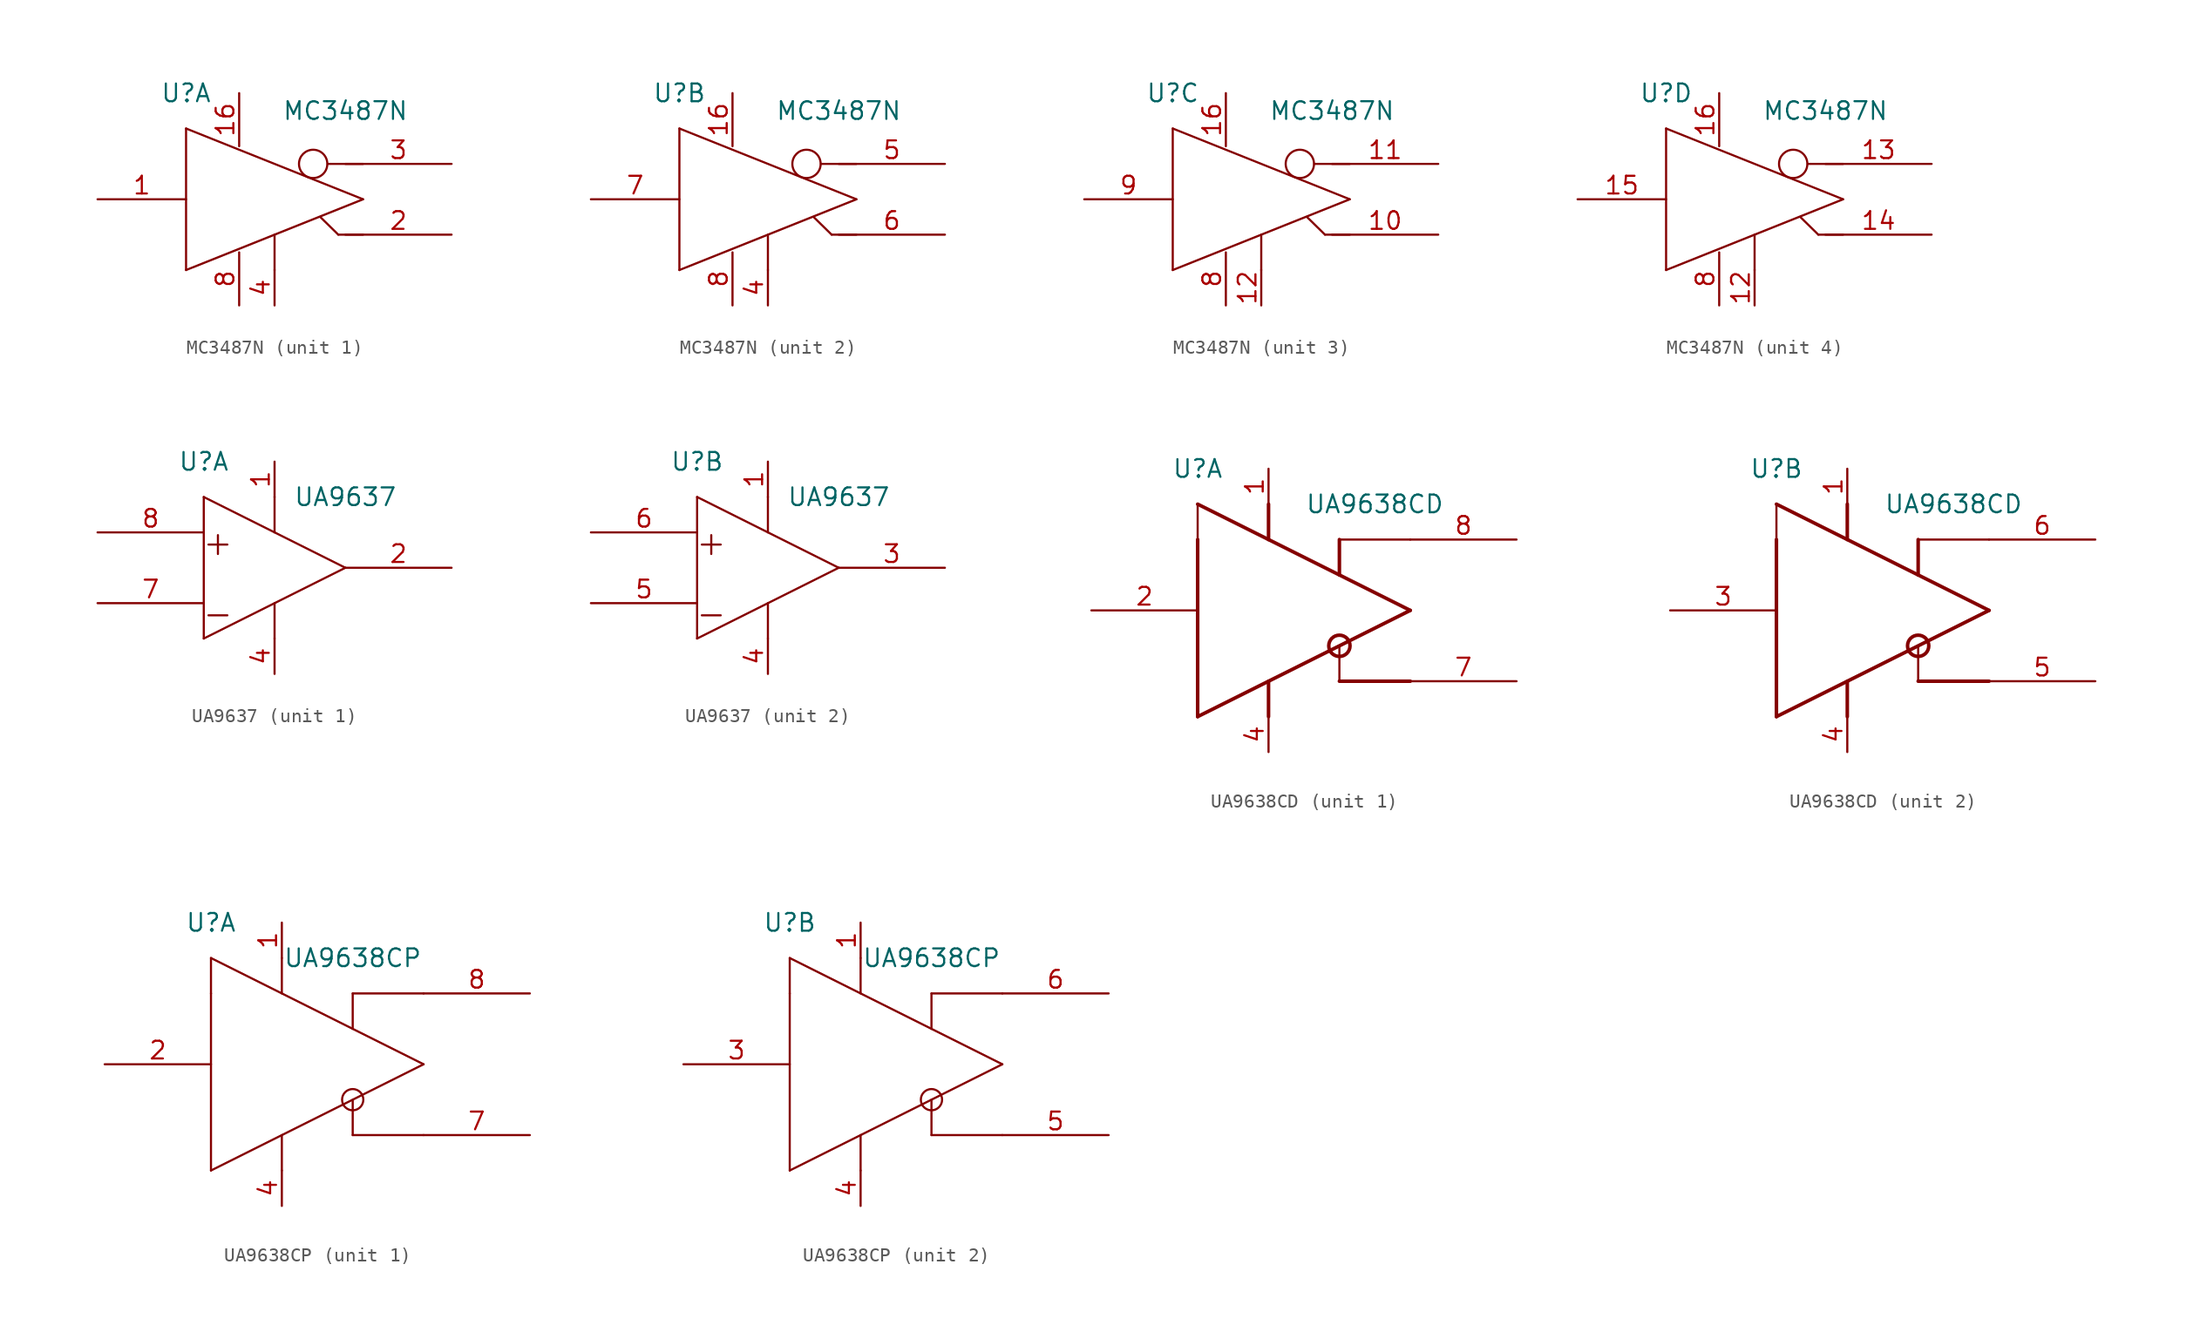
<source format=kicad_sym>
(kicad_symbol_lib
  (version 20201005)
  (generator kicad_symbol_editor)
  (symbol "Interface_LineDriver:MC3487N"
    (pin_names
      (offset 1.016) hide)
    (property "Reference" "U"
      (at -6.35 7.62 0)
      (effects (font (size 1.27 1.27))))
    (property "Value" "MC3487N"
      (at 5.08 6.35 0)
      (effects (font (size 1.27 1.27))))
    (symbol "MC3487N_0_1"
      (circle (center 2.769 2.54) (radius 1.016) (stroke (width 0)) (fill (type none)))
      (polyline (pts (xy -6.35 -5.08) (xy 6.35 0)) (stroke (width 0)) (fill (type none)))
      (polyline (pts (xy -6.35 5.08) (xy -6.35 -5.08)) (stroke (width 0)) (fill (type none)))
      (polyline (pts (xy 0 -5.08) (xy 0 -2.54)) (stroke (width 0)) (fill (type none)))
      (polyline (pts (xy 3.81 2.54) (xy 6.35 2.54)) (stroke (width 0)) (fill (type none)))
      (polyline (pts (xy 4.572 -2.54) (xy 3.277 -1.27)) (stroke (width 0)) (fill (type none)))
      (polyline (pts (xy 6.35 -2.54) (xy 4.572 -2.54)) (stroke (width 0)) (fill (type none)))
      (polyline (pts (xy 6.35 0) (xy -6.35 5.08)) (stroke (width 0)) (fill (type none))))
    (symbol "MC3487N_1_1"
      (pin input line (at -12.7 0 0) (length 6.35) (name "INPUT" (effects (font (size 1.27 1.27)))) (number "1" (effects (font (size 1.27 1.27)))))
      (pin tri_state line (at 12.7 -2.54 180) (length 7.62) (name "OUT+" (effects (font (size 1.27 1.27)))) (number "2" (effects (font (size 1.27 1.27)))))
      (pin tri_state line (at 12.7 2.54 180) (length 7.62) (name "OUT-" (effects (font (size 1.27 1.27)))) (number "3" (effects (font (size 1.27 1.27)))))
      (pin input line (at 0 -7.62 90) (length 2.54) (name "ENABLE" (effects (font (size 1.27 1.27)))) (number "4" (effects (font (size 1.27 1.27)))))
      (pin power_in line (at -2.54 -7.62 90) (length 3.81) (name "GND" (effects (font (size 1.27 1.27)))) (number "8" (effects (font (size 1.27 1.27)))))
      (pin power_in line (at -2.54 7.62 270) (length 3.81) (name "VCC" (effects (font (size 1.27 1.27)))) (number "16" (effects (font (size 1.27 1.27))))))
    (symbol "MC3487N_2_1"
      (pin input line (at 0 -7.62 90) (length 2.54) (name "ENABLE" (effects (font (size 1.27 1.27)))) (number "4" (effects (font (size 1.27 1.27)))))
      (pin tri_state line (at 12.7 2.54 180) (length 7.62) (name "OUT-" (effects (font (size 1.27 1.27)))) (number "5" (effects (font (size 1.27 1.27)))))
      (pin tri_state line (at 12.7 -2.54 180) (length 7.62) (name "OUT+" (effects (font (size 1.27 1.27)))) (number "6" (effects (font (size 1.27 1.27)))))
      (pin input line (at -12.7 0 0) (length 6.35) (name "INPUT" (effects (font (size 1.27 1.27)))) (number "7" (effects (font (size 1.27 1.27)))))
      (pin power_in line (at -2.54 -7.62 90) (length 3.81) (name "GND" (effects (font (size 1.27 1.27)))) (number "8" (effects (font (size 1.27 1.27)))))
      (pin power_in line (at -2.54 7.62 270) (length 3.81) (name "VCC" (effects (font (size 1.27 1.27)))) (number "16" (effects (font (size 1.27 1.27))))))
    (symbol "MC3487N_3_1"
      (pin power_in line (at -2.54 -7.62 90) (length 3.81) (name "GND" (effects (font (size 1.27 1.27)))) (number "8" (effects (font (size 1.27 1.27)))))
      (pin input line (at -12.7 0 0) (length 6.35) (name "INPUT" (effects (font (size 1.27 1.27)))) (number "9" (effects (font (size 1.27 1.27)))))
      (pin tri_state line (at 12.7 -2.54 180) (length 7.62) (name "OUT+" (effects (font (size 1.27 1.27)))) (number "10" (effects (font (size 1.27 1.27)))))
      (pin tri_state line (at 12.7 2.54 180) (length 7.62) (name "OUT-" (effects (font (size 1.27 1.27)))) (number "11" (effects (font (size 1.27 1.27)))))
      (pin input line (at 0 -7.62 90) (length 2.54) (name "ENABLE" (effects (font (size 1.27 1.27)))) (number "12" (effects (font (size 1.27 1.27)))))
      (pin power_in line (at -2.54 7.62 270) (length 3.81) (name "VCC" (effects (font (size 1.27 1.27)))) (number "16" (effects (font (size 1.27 1.27))))))
    (symbol "MC3487N_4_1"
      (pin power_in line (at -2.54 -7.62 90) (length 3.81) (name "GND" (effects (font (size 1.27 1.27)))) (number "8" (effects (font (size 1.27 1.27)))))
      (pin input line (at 0 -7.62 90) (length 2.54) (name "ENABLE" (effects (font (size 1.27 1.27)))) (number "12" (effects (font (size 1.27 1.27)))))
      (pin tri_state line (at 12.7 2.54 180) (length 7.62) (name "OUT-" (effects (font (size 1.27 1.27)))) (number "13" (effects (font (size 1.27 1.27)))))
      (pin tri_state line (at 12.7 -2.54 180) (length 7.62) (name "OUT+" (effects (font (size 1.27 1.27)))) (number "14" (effects (font (size 1.27 1.27)))))
      (pin input line (at -12.7 0 0) (length 6.35) (name "INPUT" (effects (font (size 1.27 1.27)))) (number "15" (effects (font (size 1.27 1.27)))))
      (pin power_in line (at -2.54 7.62 270) (length 3.81) (name "VCC" (effects (font (size 1.27 1.27)))) (number "16" (effects (font (size 1.27 1.27)))))))
  (symbol "Interface_LineDriver:UA9637"
    (pin_names
      (offset 1.016) hide)
    (property "Reference" "U"
      (at -5.08 7.62 0)
      (effects (font (size 1.27 1.27))))
    (property "Value" "UA9637"
      (at 5.08 5.08 0)
      (effects (font (size 1.27 1.27))))
    (symbol "UA9637_0_1"
      (text "+" (at -4.064 1.803 0) (effects (font (size 1.778 1.778))))
      (text "-" (at -4.064 -3.277 0) (effects (font (size 1.778 1.778))))
      (polyline (pts (xy -5.08 5.08) (xy -5.08 -5.08)) (stroke (width 0)) (fill (type none)))
      (polyline (pts (xy -5.08 5.08) (xy 5.08 0)) (stroke (width 0)) (fill (type none)))
      (polyline (pts (xy 0 -2.54) (xy 0 -5.08)) (stroke (width 0)) (fill (type none)))
      (polyline (pts (xy 0 5.08) (xy 0 2.54)) (stroke (width 0)) (fill (type none)))
      (polyline (pts (xy 5.08 0) (xy -5.08 -5.08)) (stroke (width 0)) (fill (type none))))
    (symbol "UA9637_1_1"
      (pin power_in line (at 0 7.62 270) (length 2.54) (name "VCC" (effects (font (size 1.27 1.27)))) (number "1" (effects (font (size 1.27 1.27)))))
      (pin output line (at 12.7 0 180) (length 7.62) (name "OUT" (effects (font (size 1.27 1.27)))) (number "2" (effects (font (size 1.27 1.27)))))
      (pin power_in line (at 0 -7.62 90) (length 2.54) (name "GND" (effects (font (size 1.27 1.27)))) (number "4" (effects (font (size 1.27 1.27)))))
      (pin input line (at -12.7 -2.54 0) (length 7.62) (name "IN-" (effects (font (size 1.27 1.27)))) (number "7" (effects (font (size 1.27 1.27)))))
      (pin input line (at -12.7 2.54 0) (length 7.62) (name "IN+" (effects (font (size 1.27 1.27)))) (number "8" (effects (font (size 1.27 1.27))))))
    (symbol "UA9637_2_1"
      (pin power_in line (at 0 7.62 270) (length 2.54) (name "VCC" (effects (font (size 1.27 1.27)))) (number "1" (effects (font (size 1.27 1.27)))))
      (pin output line (at 12.7 0 180) (length 7.62) (name "OUT" (effects (font (size 1.27 1.27)))) (number "3" (effects (font (size 1.27 1.27)))))
      (pin power_in line (at 0 -7.62 90) (length 2.54) (name "GND" (effects (font (size 1.27 1.27)))) (number "4" (effects (font (size 1.27 1.27)))))
      (pin input line (at -12.7 -2.54 0) (length 7.62) (name "IN-" (effects (font (size 1.27 1.27)))) (number "5" (effects (font (size 1.27 1.27)))))
      (pin input line (at -12.7 2.54 0) (length 7.62) (name "IN+" (effects (font (size 1.27 1.27)))) (number "6" (effects (font (size 1.27 1.27)))))))
  (symbol "Interface_LineDriver:UA9638CD"
    (pin_names
      (offset 1.016) hide)
    (property "Reference" "U"
      (at -7.62 10.16 0)
      (effects (font (size 1.27 1.27))))
    (property "Value" "UA9638CD"
      (at 5.08 7.62 0)
      (effects (font (size 1.27 1.27))))
    (symbol "UA9638CD_0_1"
      (circle (center 2.54 -2.54) (radius 0.762) (stroke (width 0.254)) (fill (type none)))
      (polyline (pts (xy -7.62 5.08) (xy -7.62 -7.62)) (stroke (width 0.254)) (fill (type background)))
      (polyline (pts (xy -7.62 5.08) (xy -7.62 7.62)) (stroke (width 0)) (fill (type none)))
      (polyline (pts (xy -7.62 7.62) (xy 7.62 0)) (stroke (width 0.254)) (fill (type none)))
      (polyline (pts (xy -2.54 -5.08) (xy -2.54 -7.62)) (stroke (width 0.254)) (fill (type none)))
      (polyline (pts (xy -2.54 5.08) (xy -2.54 7.62)) (stroke (width 0.254)) (fill (type none)))
      (polyline (pts (xy 2.54 -5.08) (xy 7.62 -5.08)) (stroke (width 0.254)) (fill (type none)))
      (polyline (pts (xy 2.54 -2.54) (xy 2.54 -5.08)) (stroke (width 0)) (fill (type none)))
      (polyline (pts (xy 2.54 5.08) (xy 2.54 2.54)) (stroke (width 0.254)) (fill (type none)))
      (polyline (pts (xy 7.62 0) (xy -7.62 -7.62)) (stroke (width 0.254)) (fill (type none)))
      (polyline (pts (xy 7.62 5.08) (xy 2.54 5.08)) (stroke (width 0)) (fill (type none))))
    (symbol "UA9638CD_1_1"
      (pin power_in line (at -2.54 10.16 270) (length 2.54) (name "VCC" (effects (font (size 1.27 1.27)))) (number "1" (effects (font (size 1.27 1.27)))))
      (pin input line (at -15.24 0 0) (length 7.62) (name "IN" (effects (font (size 1.27 1.27)))) (number "2" (effects (font (size 1.27 1.27)))))
      (pin power_in line (at -2.54 -10.16 90) (length 2.54) (name "GND" (effects (font (size 1.27 1.27)))) (number "4" (effects (font (size 1.27 1.27)))))
      (pin output line (at 15.24 -5.08 180) (length 7.62) (name "OUTA" (effects (font (size 1.27 1.27)))) (number "7" (effects (font (size 1.27 1.27)))))
      (pin output line (at 15.24 5.08 180) (length 7.62) (name "OUTB" (effects (font (size 1.27 1.27)))) (number "8" (effects (font (size 1.27 1.27))))))
    (symbol "UA9638CD_2_1"
      (pin power_in line (at -2.54 10.16 270) (length 2.54) (name "VCC" (effects (font (size 1.27 1.27)))) (number "1" (effects (font (size 1.27 1.27)))))
      (pin input line (at -15.24 0 0) (length 7.62) (name "IN" (effects (font (size 1.27 1.27)))) (number "3" (effects (font (size 1.27 1.27)))))
      (pin power_in line (at -2.54 -10.16 90) (length 2.54) (name "GND" (effects (font (size 1.27 1.27)))) (number "4" (effects (font (size 1.27 1.27)))))
      (pin output line (at 15.24 -5.08 180) (length 7.62) (name "OUTA" (effects (font (size 1.27 1.27)))) (number "5" (effects (font (size 1.27 1.27)))))
      (pin output line (at 15.24 5.08 180) (length 7.62) (name "OUTB" (effects (font (size 1.27 1.27)))) (number "6" (effects (font (size 1.27 1.27)))))))
  (symbol "Interface_LineDriver:UA9638CP"
    (pin_names
      (offset 1.016) hide)
    (property "Reference" "U"
      (at -7.62 10.16 0)
      (effects (font (size 1.27 1.27))))
    (property "Value" "UA9638CP"
      (at 2.54 7.62 0)
      (effects (font (size 1.27 1.27))))
    (symbol "UA9638CP_0_1"
      (circle (center 2.54 -2.54) (radius 0.762) (stroke (width 0)) (fill (type none)))
      (polyline (pts (xy -7.62 5.08) (xy -7.62 -7.62)) (stroke (width 0)) (fill (type none)))
      (polyline (pts (xy -7.62 5.08) (xy -7.62 7.62)) (stroke (width 0)) (fill (type none)))
      (polyline (pts (xy -7.62 7.62) (xy 7.62 0)) (stroke (width 0)) (fill (type none)))
      (polyline (pts (xy -2.54 -5.08) (xy -2.54 -7.62)) (stroke (width 0)) (fill (type none)))
      (polyline (pts (xy -2.54 5.08) (xy -2.54 7.62)) (stroke (width 0)) (fill (type none)))
      (polyline (pts (xy 2.54 -5.08) (xy 7.62 -5.08)) (stroke (width 0)) (fill (type none)))
      (polyline (pts (xy 2.54 -2.54) (xy 2.54 -5.08)) (stroke (width 0)) (fill (type none)))
      (polyline (pts (xy 2.54 5.08) (xy 2.54 2.54)) (stroke (width 0)) (fill (type none)))
      (polyline (pts (xy 7.62 0) (xy -7.62 -7.62)) (stroke (width 0)) (fill (type none)))
      (polyline (pts (xy 7.62 5.08) (xy 2.54 5.08)) (stroke (width 0)) (fill (type none))))
    (symbol "UA9638CP_1_1"
      (pin power_in line (at -2.54 10.16 270) (length 2.54) (name "VCC" (effects (font (size 1.27 1.27)))) (number "1" (effects (font (size 1.27 1.27)))))
      (pin input line (at -15.24 0 0) (length 7.62) (name "IN" (effects (font (size 1.27 1.27)))) (number "2" (effects (font (size 1.27 1.27)))))
      (pin power_in line (at -2.54 -10.16 90) (length 2.54) (name "GND" (effects (font (size 1.27 1.27)))) (number "4" (effects (font (size 1.27 1.27)))))
      (pin output line (at 15.24 -5.08 180) (length 7.62) (name "OUTA" (effects (font (size 1.27 1.27)))) (number "7" (effects (font (size 1.27 1.27)))))
      (pin output line (at 15.24 5.08 180) (length 7.62) (name "OUTB" (effects (font (size 1.27 1.27)))) (number "8" (effects (font (size 1.27 1.27))))))
    (symbol "UA9638CP_2_1"
      (pin power_in line (at -2.54 10.16 270) (length 2.54) (name "VCC" (effects (font (size 1.27 1.27)))) (number "1" (effects (font (size 1.27 1.27)))))
      (pin input line (at -15.24 0 0) (length 7.62) (name "IN" (effects (font (size 1.27 1.27)))) (number "3" (effects (font (size 1.27 1.27)))))
      (pin power_in line (at -2.54 -10.16 90) (length 2.54) (name "GND" (effects (font (size 1.27 1.27)))) (number "4" (effects (font (size 1.27 1.27)))))
      (pin output line (at 15.24 -5.08 180) (length 7.62) (name "OUTA" (effects (font (size 1.27 1.27)))) (number "5" (effects (font (size 1.27 1.27)))))
      (pin output line (at 15.24 5.08 180) (length 7.62) (name "OUTB" (effects (font (size 1.27 1.27)))) (number "6" (effects (font (size 1.27 1.27))))))))
</source>
